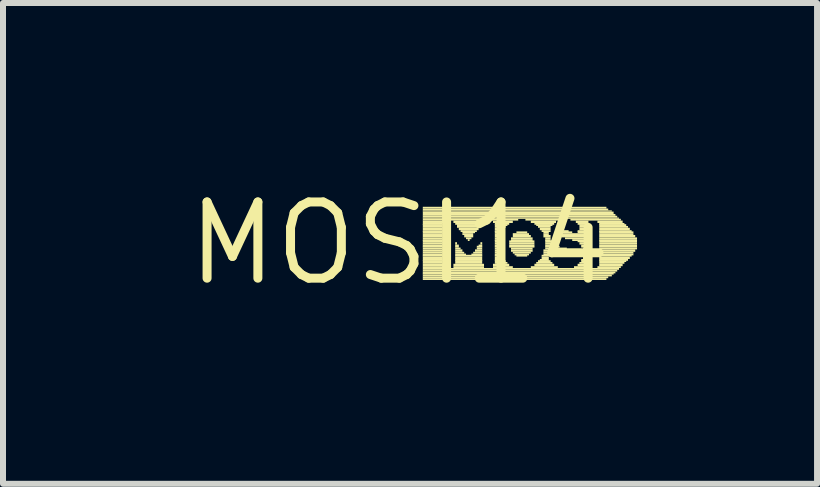
<source format=kicad_pcb>
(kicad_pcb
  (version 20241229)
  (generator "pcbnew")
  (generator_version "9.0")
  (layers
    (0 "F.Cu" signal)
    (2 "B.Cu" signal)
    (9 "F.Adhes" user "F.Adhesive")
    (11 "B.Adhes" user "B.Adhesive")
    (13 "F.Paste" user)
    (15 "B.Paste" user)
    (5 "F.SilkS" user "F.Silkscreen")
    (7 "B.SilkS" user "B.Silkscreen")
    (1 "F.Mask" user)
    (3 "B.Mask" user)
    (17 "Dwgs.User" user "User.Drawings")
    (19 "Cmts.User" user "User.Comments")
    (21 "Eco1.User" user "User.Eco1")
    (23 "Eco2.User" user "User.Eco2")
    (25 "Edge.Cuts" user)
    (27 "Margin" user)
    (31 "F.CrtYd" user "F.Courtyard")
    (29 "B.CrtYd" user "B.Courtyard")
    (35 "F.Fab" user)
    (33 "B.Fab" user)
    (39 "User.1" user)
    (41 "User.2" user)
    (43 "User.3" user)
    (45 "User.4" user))
  (footprint "MOSI14"
    (layer "F.Cu")
    (at 3.606 1.006)
    (property "Reference" "MOSI14" (at 0 0 0) (layer "F.SilkS") (effects (font (size 1.27 1.27) (thickness 0.15))))
    (attr through_hole)
    (fp_poly (pts (xy 0.39 -0.58) (xy 3.45 -0.58) (xy 3.45 -0.61) (xy 0.39 -0.61)) (stroke (width 0) (type solid)) (fill yes) (layer "F.SilkS"))
    (fp_poly (pts (xy 0.39 -0.55) (xy 3.48 -0.55) (xy 3.48 -0.58) (xy 0.39 -0.58)) (stroke (width 0) (type solid)) (fill yes) (layer "F.SilkS"))
    (fp_poly (pts (xy 0.39 -0.53) (xy 3.54 -0.53) (xy 3.54 -0.55) (xy 0.39 -0.55)) (stroke (width 0) (type solid)) (fill yes) (layer "F.SilkS"))
    (fp_poly (pts (xy 0.39 -0.49) (xy 3.57 -0.49) (xy 3.57 -0.53) (xy 0.39 -0.53)) (stroke (width 0) (type solid)) (fill yes) (layer "F.SilkS"))
    (fp_poly (pts (xy 0.39 -0.46) (xy 3.6 -0.46) (xy 3.6 -0.49) (xy 0.39 -0.49)) (stroke (width 0) (type solid)) (fill yes) (layer "F.SilkS"))
    (fp_poly (pts (xy 0.39 -0.43) (xy 3.63 -0.43) (xy 3.63 -0.46) (xy 0.39 -0.46)) (stroke (width 0) (type solid)) (fill yes) (layer "F.SilkS"))
    (fp_poly (pts (xy 0.39 -0.41) (xy 3.66 -0.41) (xy 3.66 -0.43) (xy 0.39 -0.43)) (stroke (width 0) (type solid)) (fill yes) (layer "F.SilkS"))
    (fp_poly (pts (xy 0.39 -0.38) (xy 1.98 -0.38) (xy 1.98 -0.41) (xy 0.39 -0.41)) (stroke (width 0) (type solid)) (fill yes) (layer "F.SilkS"))
    (fp_poly (pts (xy 0.39 -0.34) (xy 0.75 -0.34) (xy 0.75 -0.38) (xy 0.39 -0.38)) (stroke (width 0) (type solid)) (fill yes) (layer "F.SilkS"))
    (fp_poly (pts (xy 0.39 -0.31) (xy 0.72 -0.31) (xy 0.72 -0.34) (xy 0.39 -0.34)) (stroke (width 0) (type solid)) (fill yes) (layer "F.SilkS"))
    (fp_poly (pts (xy 0.39 -0.29) (xy 0.72 -0.29) (xy 0.72 -0.32) (xy 0.39 -0.32)) (stroke (width 0) (type solid)) (fill yes) (layer "F.SilkS"))
    (fp_poly (pts (xy 0.39 -0.26) (xy 0.72 -0.26) (xy 0.72 -0.29) (xy 0.39 -0.29)) (stroke (width 0) (type solid)) (fill yes) (layer "F.SilkS"))
    (fp_poly (pts (xy 0.39 -0.22) (xy 0.72 -0.22) (xy 0.72 -0.26) (xy 0.39 -0.26)) (stroke (width 0) (type solid)) (fill yes) (layer "F.SilkS"))
    (fp_poly (pts (xy 0.39 -0.19) (xy 0.72 -0.19) (xy 0.72 -0.22) (xy 0.39 -0.22)) (stroke (width 0) (type solid)) (fill yes) (layer "F.SilkS"))
    (fp_poly (pts (xy 0.39 -0.17) (xy 0.72 -0.17) (xy 0.72 -0.2) (xy 0.39 -0.2)) (stroke (width 0) (type solid)) (fill yes) (layer "F.SilkS"))
    (fp_poly (pts (xy 0.39 -0.14) (xy 0.72 -0.14) (xy 0.72 -0.17) (xy 0.39 -0.17)) (stroke (width 0) (type solid)) (fill yes) (layer "F.SilkS"))
    (fp_poly (pts (xy 0.39 -0.1) (xy 0.72 -0.1) (xy 0.72 -0.14) (xy 0.39 -0.14)) (stroke (width 0) (type solid)) (fill yes) (layer "F.SilkS"))
    (fp_poly (pts (xy 0.39 -0.07) (xy 0.72 -0.07) (xy 0.72 -0.1) (xy 0.39 -0.1)) (stroke (width 0) (type solid)) (fill yes) (layer "F.SilkS"))
    (fp_poly (pts (xy 0.39 -0.04) (xy 0.72 -0.04) (xy 0.72 -0.07) (xy 0.39 -0.07)) (stroke (width 0) (type solid)) (fill yes) (layer "F.SilkS"))
    (fp_poly (pts (xy 0.39 -0.02) (xy 0.72 -0.02) (xy 0.72 -0.05) (xy 0.39 -0.05)) (stroke (width 0) (type solid)) (fill yes) (layer "F.SilkS"))
    (fp_poly (pts (xy 0.39 0.02) (xy 0.72 0.02) (xy 0.72 -0.02) (xy 0.39 -0.02)) (stroke (width 0) (type solid)) (fill yes) (layer "F.SilkS"))
    (fp_poly (pts (xy 0.39 0.05) (xy 0.72 0.05) (xy 0.72 0.02) (xy 0.39 0.02)) (stroke (width 0) (type solid)) (fill yes) (layer "F.SilkS"))
    (fp_poly (pts (xy 0.39 0.07) (xy 0.72 0.07) (xy 0.72 0.04) (xy 0.39 0.04)) (stroke (width 0) (type solid)) (fill yes) (layer "F.SilkS"))
    (fp_poly (pts (xy 0.39 0.1) (xy 0.72 0.1) (xy 0.72 0.07) (xy 0.39 0.07)) (stroke (width 0) (type solid)) (fill yes) (layer "F.SilkS"))
    (fp_poly (pts (xy 0.39 0.14) (xy 0.72 0.14) (xy 0.72 0.1) (xy 0.39 0.1)) (stroke (width 0) (type solid)) (fill yes) (layer "F.SilkS"))
    (fp_poly (pts (xy 0.39 0.17) (xy 0.72 0.17) (xy 0.72 0.14) (xy 0.39 0.14)) (stroke (width 0) (type solid)) (fill yes) (layer "F.SilkS"))
    (fp_poly (pts (xy 0.39 0.2) (xy 0.72 0.2) (xy 0.72 0.17) (xy 0.39 0.17)) (stroke (width 0) (type solid)) (fill yes) (layer "F.SilkS"))
    (fp_poly (pts (xy 0.39 0.22) (xy 0.72 0.22) (xy 0.72 0.19) (xy 0.39 0.19)) (stroke (width 0) (type solid)) (fill yes) (layer "F.SilkS"))
    (fp_poly (pts (xy 0.39 0.26) (xy 0.72 0.26) (xy 0.72 0.22) (xy 0.39 0.22)) (stroke (width 0) (type solid)) (fill yes) (layer "F.SilkS"))
    (fp_poly (pts (xy 0.39 0.29) (xy 0.72 0.29) (xy 0.72 0.26) (xy 0.39 0.26)) (stroke (width 0) (type solid)) (fill yes) (layer "F.SilkS"))
    (fp_poly (pts (xy 0.39 0.31) (xy 0.72 0.31) (xy 0.72 0.28) (xy 0.39 0.28)) (stroke (width 0) (type solid)) (fill yes) (layer "F.SilkS"))
    (fp_poly (pts (xy 0.39 0.34) (xy 0.72 0.34) (xy 0.72 0.31) (xy 0.39 0.31)) (stroke (width 0) (type solid)) (fill yes) (layer "F.SilkS"))
    (fp_poly (pts (xy 0.39 0.38) (xy 0.75 0.38) (xy 0.75 0.34) (xy 0.39 0.34)) (stroke (width 0) (type solid)) (fill yes) (layer "F.SilkS"))
    (fp_poly (pts (xy 0.39 0.41) (xy 0.75 0.41) (xy 0.75 0.38) (xy 0.39 0.38)) (stroke (width 0) (type solid)) (fill yes) (layer "F.SilkS"))
    (fp_poly (pts (xy 0.39 0.44) (xy 3.66 0.44) (xy 3.66 0.41) (xy 0.39 0.41)) (stroke (width 0) (type solid)) (fill yes) (layer "F.SilkS"))
    (fp_poly (pts (xy 0.39 0.47) (xy 3.63 0.47) (xy 3.63 0.44) (xy 0.39 0.44)) (stroke (width 0) (type solid)) (fill yes) (layer "F.SilkS"))
    (fp_poly (pts (xy 0.39 0.5) (xy 3.6 0.5) (xy 3.6 0.47) (xy 0.39 0.47)) (stroke (width 0) (type solid)) (fill yes) (layer "F.SilkS"))
    (fp_poly (pts (xy 0.39 0.52) (xy 3.57 0.52) (xy 3.57 0.49) (xy 0.39 0.49)) (stroke (width 0) (type solid)) (fill yes) (layer "F.SilkS"))
    (fp_poly (pts (xy 0.39 0.55) (xy 3.54 0.55) (xy 3.54 0.52) (xy 0.39 0.52)) (stroke (width 0) (type solid)) (fill yes) (layer "F.SilkS"))
    (fp_poly (pts (xy 0.39 0.58) (xy 3.48 0.58) (xy 3.48 0.55) (xy 0.39 0.55)) (stroke (width 0) (type solid)) (fill yes) (layer "F.SilkS"))
    (fp_poly (pts (xy 0.39 0.61) (xy 3.45 0.61) (xy 3.45 0.58) (xy 0.39 0.58)) (stroke (width 0) (type solid)) (fill yes) (layer "F.SilkS"))
    (fp_poly (pts (xy 0.9 -0.34) (xy 1.41 -0.34) (xy 1.41 -0.38) (xy 0.9 -0.38)) (stroke (width 0) (type solid)) (fill yes) (layer "F.SilkS"))
    (fp_poly (pts (xy 0.9 0.38) (xy 1.41 0.38) (xy 1.41 0.34) (xy 0.9 0.34)) (stroke (width 0) (type solid)) (fill yes) (layer "F.SilkS"))
    (fp_poly (pts (xy 0.9 0.41) (xy 1.41 0.41) (xy 1.41 0.38) (xy 0.9 0.38)) (stroke (width 0) (type solid)) (fill yes) (layer "F.SilkS"))
    (fp_poly (pts (xy 0.93 -0.31) (xy 1.38 -0.31) (xy 1.38 -0.34) (xy 0.93 -0.34)) (stroke (width 0) (type solid)) (fill yes) (layer "F.SilkS"))
    (fp_poly (pts (xy 0.93 0.02) (xy 0.96 0.02) (xy 0.96 -0.02) (xy 0.93 -0.02)) (stroke (width 0) (type solid)) (fill yes) (layer "F.SilkS"))
    (fp_poly (pts (xy 0.93 0.05) (xy 0.99 0.05) (xy 0.99 0.02) (xy 0.93 0.02)) (stroke (width 0) (type solid)) (fill yes) (layer "F.SilkS"))
    (fp_poly (pts (xy 0.93 0.07) (xy 0.99 0.07) (xy 0.99 0.04) (xy 0.93 0.04)) (stroke (width 0) (type solid)) (fill yes) (layer "F.SilkS"))
    (fp_poly (pts (xy 0.93 0.1) (xy 1.02 0.1) (xy 1.02 0.07) (xy 0.93 0.07)) (stroke (width 0) (type solid)) (fill yes) (layer "F.SilkS"))
    (fp_poly (pts (xy 0.93 0.14) (xy 1.05 0.14) (xy 1.05 0.1) (xy 0.93 0.1)) (stroke (width 0) (type solid)) (fill yes) (layer "F.SilkS"))
    (fp_poly (pts (xy 0.93 0.17) (xy 1.08 0.17) (xy 1.08 0.14) (xy 0.93 0.14)) (stroke (width 0) (type solid)) (fill yes) (layer "F.SilkS"))
    (fp_poly (pts (xy 0.93 0.2) (xy 1.11 0.2) (xy 1.11 0.17) (xy 0.93 0.17)) (stroke (width 0) (type solid)) (fill yes) (layer "F.SilkS"))
    (fp_poly (pts (xy 0.93 0.22) (xy 1.38 0.22) (xy 1.38 0.19) (xy 0.93 0.19)) (stroke (width 0) (type solid)) (fill yes) (layer "F.SilkS"))
    (fp_poly (pts (xy 0.93 0.26) (xy 1.38 0.26) (xy 1.38 0.22) (xy 0.93 0.22)) (stroke (width 0) (type solid)) (fill yes) (layer "F.SilkS"))
    (fp_poly (pts (xy 0.93 0.29) (xy 1.38 0.29) (xy 1.38 0.26) (xy 0.93 0.26)) (stroke (width 0) (type solid)) (fill yes) (layer "F.SilkS"))
    (fp_poly (pts (xy 0.93 0.31) (xy 1.38 0.31) (xy 1.38 0.28) (xy 0.93 0.28)) (stroke (width 0) (type solid)) (fill yes) (layer "F.SilkS"))
    (fp_poly (pts (xy 0.93 0.34) (xy 1.38 0.34) (xy 1.38 0.31) (xy 0.93 0.31)) (stroke (width 0) (type solid)) (fill yes) (layer "F.SilkS"))
    (fp_poly (pts (xy 0.96 -0.29) (xy 1.35 -0.29) (xy 1.35 -0.32) (xy 0.96 -0.32)) (stroke (width 0) (type solid)) (fill yes) (layer "F.SilkS"))
    (fp_poly (pts (xy 0.96 -0.26) (xy 1.32 -0.26) (xy 1.32 -0.29) (xy 0.96 -0.29)) (stroke (width 0) (type solid)) (fill yes) (layer "F.SilkS"))
    (fp_poly (pts (xy 0.99 -0.22) (xy 1.32 -0.22) (xy 1.32 -0.26) (xy 0.99 -0.26)) (stroke (width 0) (type solid)) (fill yes) (layer "F.SilkS"))
    (fp_poly (pts (xy 1.02 -0.19) (xy 1.29 -0.19) (xy 1.29 -0.22) (xy 1.02 -0.22)) (stroke (width 0) (type solid)) (fill yes) (layer "F.SilkS"))
    (fp_poly (pts (xy 1.05 -0.17) (xy 1.26 -0.17) (xy 1.26 -0.2) (xy 1.05 -0.2)) (stroke (width 0) (type solid)) (fill yes) (layer "F.SilkS"))
    (fp_poly (pts (xy 1.05 -0.14) (xy 1.23 -0.14) (xy 1.23 -0.17) (xy 1.05 -0.17)) (stroke (width 0) (type solid)) (fill yes) (layer "F.SilkS"))
    (fp_poly (pts (xy 1.08 -0.1) (xy 1.23 -0.1) (xy 1.23 -0.14) (xy 1.08 -0.14)) (stroke (width 0) (type solid)) (fill yes) (layer "F.SilkS"))
    (fp_poly (pts (xy 1.11 -0.07) (xy 1.2 -0.07) (xy 1.2 -0.1) (xy 1.11 -0.1)) (stroke (width 0) (type solid)) (fill yes) (layer "F.SilkS"))
    (fp_poly (pts (xy 1.14 -0.04) (xy 1.17 -0.04) (xy 1.17 -0.07) (xy 1.14 -0.07)) (stroke (width 0) (type solid)) (fill yes) (layer "F.SilkS"))
    (fp_poly (pts (xy 1.2 0.2) (xy 1.38 0.2) (xy 1.38 0.17) (xy 1.2 0.17)) (stroke (width 0) (type solid)) (fill yes) (layer "F.SilkS"))
    (fp_poly (pts (xy 1.23 0.17) (xy 1.38 0.17) (xy 1.38 0.14) (xy 1.23 0.14)) (stroke (width 0) (type solid)) (fill yes) (layer "F.SilkS"))
    (fp_poly (pts (xy 1.26 0.14) (xy 1.38 0.14) (xy 1.38 0.1) (xy 1.26 0.1)) (stroke (width 0) (type solid)) (fill yes) (layer "F.SilkS"))
    (fp_poly (pts (xy 1.29 0.07) (xy 1.38 0.07) (xy 1.38 0.04) (xy 1.29 0.04)) (stroke (width 0) (type solid)) (fill yes) (layer "F.SilkS"))
    (fp_poly (pts (xy 1.29 0.1) (xy 1.38 0.1) (xy 1.38 0.07) (xy 1.29 0.07)) (stroke (width 0) (type solid)) (fill yes) (layer "F.SilkS"))
    (fp_poly (pts (xy 1.32 0.05) (xy 1.38 0.05) (xy 1.38 0.02) (xy 1.32 0.02)) (stroke (width 0) (type solid)) (fill yes) (layer "F.SilkS"))
    (fp_poly (pts (xy 1.35 0.02) (xy 1.38 0.02) (xy 1.38 -0.02) (xy 1.35 -0.02)) (stroke (width 0) (type solid)) (fill yes) (layer "F.SilkS"))
    (fp_poly (pts (xy 1.56 -0.34) (xy 1.89 -0.34) (xy 1.89 -0.38) (xy 1.56 -0.38)) (stroke (width 0) (type solid)) (fill yes) (layer "F.SilkS"))
    (fp_poly (pts (xy 1.56 0.38) (xy 1.83 0.38) (xy 1.83 0.34) (xy 1.56 0.34)) (stroke (width 0) (type solid)) (fill yes) (layer "F.SilkS"))
    (fp_poly (pts (xy 1.56 0.41) (xy 1.89 0.41) (xy 1.89 0.38) (xy 1.56 0.38)) (stroke (width 0) (type solid)) (fill yes) (layer "F.SilkS"))
    (fp_poly (pts (xy 1.59 -0.31) (xy 1.83 -0.31) (xy 1.83 -0.34) (xy 1.59 -0.34)) (stroke (width 0) (type solid)) (fill yes) (layer "F.SilkS"))
    (fp_poly (pts (xy 1.59 -0.29) (xy 1.8 -0.29) (xy 1.8 -0.32) (xy 1.59 -0.32)) (stroke (width 0) (type solid)) (fill yes) (layer "F.SilkS"))
    (fp_poly (pts (xy 1.59 -0.26) (xy 1.77 -0.26) (xy 1.77 -0.29) (xy 1.59 -0.29)) (stroke (width 0) (type solid)) (fill yes) (layer "F.SilkS"))
    (fp_poly (pts (xy 1.59 -0.22) (xy 1.74 -0.22) (xy 1.74 -0.26) (xy 1.59 -0.26)) (stroke (width 0) (type solid)) (fill yes) (layer "F.SilkS"))
    (fp_poly (pts (xy 1.59 -0.19) (xy 1.71 -0.19) (xy 1.71 -0.22) (xy 1.59 -0.22)) (stroke (width 0) (type solid)) (fill yes) (layer "F.SilkS"))
    (fp_poly (pts (xy 1.59 -0.17) (xy 1.68 -0.17) (xy 1.68 -0.2) (xy 1.59 -0.2)) (stroke (width 0) (type solid)) (fill yes) (layer "F.SilkS"))
    (fp_poly (pts (xy 1.59 -0.14) (xy 1.68 -0.14) (xy 1.68 -0.17) (xy 1.59 -0.17)) (stroke (width 0) (type solid)) (fill yes) (layer "F.SilkS"))
    (fp_poly (pts (xy 1.59 -0.1) (xy 1.68 -0.1) (xy 1.68 -0.14) (xy 1.59 -0.14)) (stroke (width 0) (type solid)) (fill yes) (layer "F.SilkS"))
    (fp_poly (pts (xy 1.59 -0.07) (xy 1.65 -0.07) (xy 1.65 -0.1) (xy 1.59 -0.1)) (stroke (width 0) (type solid)) (fill yes) (layer "F.SilkS"))
    (fp_poly (pts (xy 1.59 -0.04) (xy 1.65 -0.04) (xy 1.65 -0.07) (xy 1.59 -0.07)) (stroke (width 0) (type solid)) (fill yes) (layer "F.SilkS"))
    (fp_poly (pts (xy 1.59 -0.02) (xy 1.65 -0.02) (xy 1.65 -0.05) (xy 1.59 -0.05)) (stroke (width 0) (type solid)) (fill yes) (layer "F.SilkS"))
    (fp_poly (pts (xy 1.59 0.02) (xy 1.65 0.02) (xy 1.65 -0.02) (xy 1.59 -0.02)) (stroke (width 0) (type solid)) (fill yes) (layer "F.SilkS"))
    (fp_poly (pts (xy 1.59 0.05) (xy 1.65 0.05) (xy 1.65 0.02) (xy 1.59 0.02)) (stroke (width 0) (type solid)) (fill yes) (layer "F.SilkS"))
    (fp_poly (pts (xy 1.59 0.07) (xy 1.65 0.07) (xy 1.65 0.04) (xy 1.59 0.04)) (stroke (width 0) (type solid)) (fill yes) (layer "F.SilkS"))
    (fp_poly (pts (xy 1.59 0.1) (xy 1.65 0.1) (xy 1.65 0.07) (xy 1.59 0.07)) (stroke (width 0) (type solid)) (fill yes) (layer "F.SilkS"))
    (fp_poly (pts (xy 1.59 0.14) (xy 1.65 0.14) (xy 1.65 0.1) (xy 1.59 0.1)) (stroke (width 0) (type solid)) (fill yes) (layer "F.SilkS"))
    (fp_poly (pts (xy 1.59 0.17) (xy 1.68 0.17) (xy 1.68 0.14) (xy 1.59 0.14)) (stroke (width 0) (type solid)) (fill yes) (layer "F.SilkS"))
    (fp_poly (pts (xy 1.59 0.2) (xy 1.68 0.2) (xy 1.68 0.17) (xy 1.59 0.17)) (stroke (width 0) (type solid)) (fill yes) (layer "F.SilkS"))
    (fp_poly (pts (xy 1.59 0.22) (xy 1.71 0.22) (xy 1.71 0.19) (xy 1.59 0.19)) (stroke (width 0) (type solid)) (fill yes) (layer "F.SilkS"))
    (fp_poly (pts (xy 1.59 0.26) (xy 1.71 0.26) (xy 1.71 0.22) (xy 1.59 0.22)) (stroke (width 0) (type solid)) (fill yes) (layer "F.SilkS"))
    (fp_poly (pts (xy 1.59 0.29) (xy 1.74 0.29) (xy 1.74 0.26) (xy 1.59 0.26)) (stroke (width 0) (type solid)) (fill yes) (layer "F.SilkS"))
    (fp_poly (pts (xy 1.59 0.31) (xy 1.77 0.31) (xy 1.77 0.28) (xy 1.59 0.28)) (stroke (width 0) (type solid)) (fill yes) (layer "F.SilkS"))
    (fp_poly (pts (xy 1.59 0.34) (xy 1.8 0.34) (xy 1.8 0.31) (xy 1.59 0.31)) (stroke (width 0) (type solid)) (fill yes) (layer "F.SilkS"))
    (fp_poly (pts (xy 1.83 -0.02) (xy 2.25 -0.02) (xy 2.25 -0.05) (xy 1.83 -0.05)) (stroke (width 0) (type solid)) (fill yes) (layer "F.SilkS"))
    (fp_poly (pts (xy 1.83 0.02) (xy 2.25 0.02) (xy 2.25 -0.02) (xy 1.83 -0.02)) (stroke (width 0) (type solid)) (fill yes) (layer "F.SilkS"))
    (fp_poly (pts (xy 1.83 0.05) (xy 2.25 0.05) (xy 2.25 0.02) (xy 1.83 0.02)) (stroke (width 0) (type solid)) (fill yes) (layer "F.SilkS"))
    (fp_poly (pts (xy 1.83 0.07) (xy 2.25 0.07) (xy 2.25 0.04) (xy 1.83 0.04)) (stroke (width 0) (type solid)) (fill yes) (layer "F.SilkS"))
    (fp_poly (pts (xy 1.86 -0.07) (xy 2.22 -0.07) (xy 2.22 -0.1) (xy 1.86 -0.1)) (stroke (width 0) (type solid)) (fill yes) (layer "F.SilkS"))
    (fp_poly (pts (xy 1.86 -0.04) (xy 2.22 -0.04) (xy 2.22 -0.07) (xy 1.86 -0.07)) (stroke (width 0) (type solid)) (fill yes) (layer "F.SilkS"))
    (fp_poly (pts (xy 1.86 0.1) (xy 2.22 0.1) (xy 2.22 0.07) (xy 1.86 0.07)) (stroke (width 0) (type solid)) (fill yes) (layer "F.SilkS"))
    (fp_poly (pts (xy 1.86 0.14) (xy 2.22 0.14) (xy 2.22 0.1) (xy 1.86 0.1)) (stroke (width 0) (type solid)) (fill yes) (layer "F.SilkS"))
    (fp_poly (pts (xy 1.89 -0.14) (xy 2.16 -0.14) (xy 2.16 -0.17) (xy 1.89 -0.17)) (stroke (width 0) (type solid)) (fill yes) (layer "F.SilkS"))
    (fp_poly (pts (xy 1.89 -0.1) (xy 2.19 -0.1) (xy 2.19 -0.14) (xy 1.89 -0.14)) (stroke (width 0) (type solid)) (fill yes) (layer "F.SilkS"))
    (fp_poly (pts (xy 1.89 0.17) (xy 2.19 0.17) (xy 2.19 0.14) (xy 1.89 0.14)) (stroke (width 0) (type solid)) (fill yes) (layer "F.SilkS"))
    (fp_poly (pts (xy 1.92 0.2) (xy 2.16 0.2) (xy 2.16 0.17) (xy 1.92 0.17)) (stroke (width 0) (type solid)) (fill yes) (layer "F.SilkS"))
    (fp_poly (pts (xy 1.95 -0.17) (xy 2.13 -0.17) (xy 2.13 -0.2) (xy 1.95 -0.2)) (stroke (width 0) (type solid)) (fill yes) (layer "F.SilkS"))
    (fp_poly (pts (xy 1.95 0.22) (xy 2.13 0.22) (xy 2.13 0.19) (xy 1.95 0.19)) (stroke (width 0) (type solid)) (fill yes) (layer "F.SilkS"))
    (fp_poly (pts (xy 2.1 -0.38) (xy 2.7 -0.38) (xy 2.7 -0.41) (xy 2.1 -0.41)) (stroke (width 0) (type solid)) (fill yes) (layer "F.SilkS"))
    (fp_poly (pts (xy 2.19 -0.34) (xy 2.61 -0.34) (xy 2.61 -0.38) (xy 2.19 -0.38)) (stroke (width 0) (type solid)) (fill yes) (layer "F.SilkS"))
    (fp_poly (pts (xy 2.19 0.41) (xy 2.64 0.41) (xy 2.64 0.38) (xy 2.19 0.38)) (stroke (width 0) (type solid)) (fill yes) (layer "F.SilkS"))
    (fp_poly (pts (xy 2.25 -0.31) (xy 2.58 -0.31) (xy 2.58 -0.34) (xy 2.25 -0.34)) (stroke (width 0) (type solid)) (fill yes) (layer "F.SilkS"))
    (fp_poly (pts (xy 2.25 0.38) (xy 2.58 0.38) (xy 2.58 0.34) (xy 2.25 0.34)) (stroke (width 0) (type solid)) (fill yes) (layer "F.SilkS"))
    (fp_poly (pts (xy 2.28 -0.29) (xy 2.55 -0.29) (xy 2.55 -0.32) (xy 2.28 -0.32)) (stroke (width 0) (type solid)) (fill yes) (layer "F.SilkS"))
    (fp_poly (pts (xy 2.28 0.34) (xy 2.55 0.34) (xy 2.55 0.31) (xy 2.28 0.31)) (stroke (width 0) (type solid)) (fill yes) (layer "F.SilkS"))
    (fp_poly (pts (xy 2.31 -0.26) (xy 2.52 -0.26) (xy 2.52 -0.29) (xy 2.31 -0.29)) (stroke (width 0) (type solid)) (fill yes) (layer "F.SilkS"))
    (fp_poly (pts (xy 2.31 0.31) (xy 2.52 0.31) (xy 2.52 0.28) (xy 2.31 0.28)) (stroke (width 0) (type solid)) (fill yes) (layer "F.SilkS"))
    (fp_poly (pts (xy 2.34 -0.22) (xy 2.52 -0.22) (xy 2.52 -0.26) (xy 2.34 -0.26)) (stroke (width 0) (type solid)) (fill yes) (layer "F.SilkS"))
    (fp_poly (pts (xy 2.34 0.29) (xy 2.49 0.29) (xy 2.49 0.26) (xy 2.34 0.26)) (stroke (width 0) (type solid)) (fill yes) (layer "F.SilkS"))
    (fp_poly (pts (xy 2.37 -0.19) (xy 2.52 -0.19) (xy 2.52 -0.22) (xy 2.37 -0.22)) (stroke (width 0) (type solid)) (fill yes) (layer "F.SilkS"))
    (fp_poly (pts (xy 2.37 0.22) (xy 2.49 0.22) (xy 2.49 0.19) (xy 2.37 0.19)) (stroke (width 0) (type solid)) (fill yes) (layer "F.SilkS"))
    (fp_poly (pts (xy 2.37 0.26) (xy 2.49 0.26) (xy 2.49 0.22) (xy 2.37 0.22)) (stroke (width 0) (type solid)) (fill yes) (layer "F.SilkS"))
    (fp_poly (pts (xy 2.4 -0.17) (xy 2.49 -0.17) (xy 2.49 -0.2) (xy 2.4 -0.2)) (stroke (width 0) (type solid)) (fill yes) (layer "F.SilkS"))
    (fp_poly (pts (xy 2.4 -0.14) (xy 2.49 -0.14) (xy 2.49 -0.17) (xy 2.4 -0.17)) (stroke (width 0) (type solid)) (fill yes) (layer "F.SilkS"))
    (fp_poly (pts (xy 2.4 -0.1) (xy 2.52 -0.1) (xy 2.52 -0.14) (xy 2.4 -0.14)) (stroke (width 0) (type solid)) (fill yes) (layer "F.SilkS"))
    (fp_poly (pts (xy 2.4 0.14) (xy 2.85 0.14) (xy 2.85 0.1) (xy 2.4 0.1)) (stroke (width 0) (type solid)) (fill yes) (layer "F.SilkS"))
    (fp_poly (pts (xy 2.4 0.17) (xy 2.55 0.17) (xy 2.55 0.14) (xy 2.4 0.14)) (stroke (width 0) (type solid)) (fill yes) (layer "F.SilkS"))
    (fp_poly (pts (xy 2.4 0.2) (xy 2.52 0.2) (xy 2.52 0.17) (xy 2.4 0.17)) (stroke (width 0) (type solid)) (fill yes) (layer "F.SilkS"))
    (fp_poly (pts (xy 2.43 -0.07) (xy 2.52 -0.07) (xy 2.52 -0.1) (xy 2.43 -0.1)) (stroke (width 0) (type solid)) (fill yes) (layer "F.SilkS"))
    (fp_poly (pts (xy 2.43 -0.04) (xy 2.52 -0.04) (xy 2.52 -0.07) (xy 2.43 -0.07)) (stroke (width 0) (type solid)) (fill yes) (layer "F.SilkS"))
    (fp_poly (pts (xy 2.43 -0.02) (xy 2.55 -0.02) (xy 2.55 -0.05) (xy 2.43 -0.05)) (stroke (width 0) (type solid)) (fill yes) (layer "F.SilkS"))
    (fp_poly (pts (xy 2.43 0.02) (xy 2.55 0.02) (xy 2.55 -0.02) (xy 2.43 -0.02)) (stroke (width 0) (type solid)) (fill yes) (layer "F.SilkS"))
    (fp_poly (pts (xy 2.43 0.05) (xy 2.61 0.05) (xy 2.61 0.02) (xy 2.43 0.02)) (stroke (width 0) (type solid)) (fill yes) (layer "F.SilkS"))
    (fp_poly (pts (xy 2.43 0.07) (xy 2.67 0.07) (xy 2.67 0.04) (xy 2.43 0.04)) (stroke (width 0) (type solid)) (fill yes) (layer "F.SilkS"))
    (fp_poly (pts (xy 2.43 0.1) (xy 2.79 0.1) (xy 2.79 0.07) (xy 2.43 0.07)) (stroke (width 0) (type solid)) (fill yes) (layer "F.SilkS"))
    (fp_poly (pts (xy 2.64 0.17) (xy 2.88 0.17) (xy 2.88 0.14) (xy 2.64 0.14)) (stroke (width 0) (type solid)) (fill yes) (layer "F.SilkS"))
    (fp_poly (pts (xy 2.67 0.2) (xy 2.88 0.2) (xy 2.88 0.17) (xy 2.67 0.17)) (stroke (width 0) (type solid)) (fill yes) (layer "F.SilkS"))
    (fp_poly (pts (xy 2.7 -0.17) (xy 2.88 -0.17) (xy 2.88 -0.2) (xy 2.7 -0.2)) (stroke (width 0) (type solid)) (fill yes) (layer "F.SilkS"))
    (fp_poly (pts (xy 2.7 -0.14) (xy 3.15 -0.14) (xy 3.15 -0.17) (xy 2.7 -0.17)) (stroke (width 0) (type solid)) (fill yes) (layer "F.SilkS"))
    (fp_poly (pts (xy 2.7 -0.1) (xy 3.15 -0.1) (xy 3.15 -0.14) (xy 2.7 -0.14)) (stroke (width 0) (type solid)) (fill yes) (layer "F.SilkS"))
    (fp_poly (pts (xy 2.7 0.22) (xy 2.85 0.22) (xy 2.85 0.19) (xy 2.7 0.19)) (stroke (width 0) (type solid)) (fill yes) (layer "F.SilkS"))
    (fp_poly (pts (xy 2.73 -0.19) (xy 2.82 -0.19) (xy 2.82 -0.22) (xy 2.73 -0.22)) (stroke (width 0) (type solid)) (fill yes) (layer "F.SilkS"))
    (fp_poly (pts (xy 2.76 -0.07) (xy 3.15 -0.07) (xy 3.15 -0.1) (xy 2.76 -0.1)) (stroke (width 0) (type solid)) (fill yes) (layer "F.SilkS"))
    (fp_poly (pts (xy 2.85 -0.38) (xy 3.69 -0.38) (xy 3.69 -0.41) (xy 2.85 -0.41)) (stroke (width 0) (type solid)) (fill yes) (layer "F.SilkS"))
    (fp_poly (pts (xy 2.88 -0.04) (xy 3.15 -0.04) (xy 3.15 -0.07) (xy 2.88 -0.07)) (stroke (width 0) (type solid)) (fill yes) (layer "F.SilkS"))
    (fp_poly (pts (xy 2.91 0.41) (xy 3.15 0.41) (xy 3.15 0.38) (xy 2.91 0.38)) (stroke (width 0) (type solid)) (fill yes) (layer "F.SilkS"))
    (fp_poly (pts (xy 2.94 -0.34) (xy 3.15 -0.34) (xy 3.15 -0.38) (xy 2.94 -0.38)) (stroke (width 0) (type solid)) (fill yes) (layer "F.SilkS"))
    (fp_poly (pts (xy 2.97 -0.31) (xy 3.15 -0.31) (xy 3.15 -0.34) (xy 2.97 -0.34)) (stroke (width 0) (type solid)) (fill yes) (layer "F.SilkS"))
    (fp_poly (pts (xy 2.97 -0.19) (xy 3.15 -0.19) (xy 3.15 -0.22) (xy 2.97 -0.22)) (stroke (width 0) (type solid)) (fill yes) (layer "F.SilkS"))
    (fp_poly (pts (xy 2.97 -0.17) (xy 3.15 -0.17) (xy 3.15 -0.2) (xy 2.97 -0.2)) (stroke (width 0) (type solid)) (fill yes) (layer "F.SilkS"))
    (fp_poly (pts (xy 2.97 -0.02) (xy 3.15 -0.02) (xy 3.15 -0.05) (xy 2.97 -0.05)) (stroke (width 0) (type solid)) (fill yes) (layer "F.SilkS"))
    (fp_poly (pts (xy 2.97 0.38) (xy 3.15 0.38) (xy 3.15 0.34) (xy 2.97 0.34)) (stroke (width 0) (type solid)) (fill yes) (layer "F.SilkS"))
    (fp_poly (pts (xy 3 -0.29) (xy 3.15 -0.29) (xy 3.15 -0.32) (xy 3 -0.32)) (stroke (width 0) (type solid)) (fill yes) (layer "F.SilkS"))
    (fp_poly (pts (xy 3 -0.26) (xy 3.15 -0.26) (xy 3.15 -0.29) (xy 3 -0.29)) (stroke (width 0) (type solid)) (fill yes) (layer "F.SilkS"))
    (fp_poly (pts (xy 3 -0.22) (xy 3.15 -0.22) (xy 3.15 -0.26) (xy 3 -0.26)) (stroke (width 0) (type solid)) (fill yes) (layer "F.SilkS"))
    (fp_poly (pts (xy 3 0.02) (xy 3.15 0.02) (xy 3.15 -0.02) (xy 3 -0.02)) (stroke (width 0) (type solid)) (fill yes) (layer "F.SilkS"))
    (fp_poly (pts (xy 3 0.34) (xy 3.15 0.34) (xy 3.15 0.31) (xy 3 0.31)) (stroke (width 0) (type solid)) (fill yes) (layer "F.SilkS"))
    (fp_poly (pts (xy 3.03 0.05) (xy 3.15 0.05) (xy 3.15 0.02) (xy 3.03 0.02)) (stroke (width 0) (type solid)) (fill yes) (layer "F.SilkS"))
    (fp_poly (pts (xy 3.03 0.07) (xy 3.15 0.07) (xy 3.15 0.04) (xy 3.03 0.04)) (stroke (width 0) (type solid)) (fill yes) (layer "F.SilkS"))
    (fp_poly (pts (xy 3.03 0.29) (xy 3.15 0.29) (xy 3.15 0.26) (xy 3.03 0.26)) (stroke (width 0) (type solid)) (fill yes) (layer "F.SilkS"))
    (fp_poly (pts (xy 3.03 0.31) (xy 3.15 0.31) (xy 3.15 0.28) (xy 3.03 0.28)) (stroke (width 0) (type solid)) (fill yes) (layer "F.SilkS"))
    (fp_poly (pts (xy 3.06 0.1) (xy 3.15 0.1) (xy 3.15 0.07) (xy 3.06 0.07)) (stroke (width 0) (type solid)) (fill yes) (layer "F.SilkS"))
    (fp_poly (pts (xy 3.06 0.14) (xy 3.15 0.14) (xy 3.15 0.1) (xy 3.06 0.1)) (stroke (width 0) (type solid)) (fill yes) (layer "F.SilkS"))
    (fp_poly (pts (xy 3.06 0.17) (xy 3.15 0.17) (xy 3.15 0.14) (xy 3.06 0.14)) (stroke (width 0) (type solid)) (fill yes) (layer "F.SilkS"))
    (fp_poly (pts (xy 3.06 0.2) (xy 3.15 0.2) (xy 3.15 0.17) (xy 3.06 0.17)) (stroke (width 0) (type solid)) (fill yes) (layer "F.SilkS"))
    (fp_poly (pts (xy 3.06 0.22) (xy 3.15 0.22) (xy 3.15 0.19) (xy 3.06 0.19)) (stroke (width 0) (type solid)) (fill yes) (layer "F.SilkS"))
    (fp_poly (pts (xy 3.06 0.26) (xy 3.15 0.26) (xy 3.15 0.22) (xy 3.06 0.22)) (stroke (width 0) (type solid)) (fill yes) (layer "F.SilkS"))
    (fp_poly (pts (xy 3.3 -0.34) (xy 3.72 -0.34) (xy 3.72 -0.38) (xy 3.3 -0.38)) (stroke (width 0) (type solid)) (fill yes) (layer "F.SilkS"))
    (fp_poly (pts (xy 3.3 0.41) (xy 3.69 0.41) (xy 3.69 0.38) (xy 3.3 0.38)) (stroke (width 0) (type solid)) (fill yes) (layer "F.SilkS"))
    (fp_poly (pts (xy 3.33 -0.31) (xy 3.75 -0.31) (xy 3.75 -0.34) (xy 3.33 -0.34)) (stroke (width 0) (type solid)) (fill yes) (layer "F.SilkS"))
    (fp_poly (pts (xy 3.33 -0.29) (xy 3.78 -0.29) (xy 3.78 -0.32) (xy 3.33 -0.32)) (stroke (width 0) (type solid)) (fill yes) (layer "F.SilkS"))
    (fp_poly (pts (xy 3.33 -0.26) (xy 3.81 -0.26) (xy 3.81 -0.29) (xy 3.33 -0.29)) (stroke (width 0) (type solid)) (fill yes) (layer "F.SilkS"))
    (fp_poly (pts (xy 3.33 -0.22) (xy 3.84 -0.22) (xy 3.84 -0.26) (xy 3.33 -0.26)) (stroke (width 0) (type solid)) (fill yes) (layer "F.SilkS"))
    (fp_poly (pts (xy 3.33 -0.19) (xy 3.87 -0.19) (xy 3.87 -0.22) (xy 3.33 -0.22)) (stroke (width 0) (type solid)) (fill yes) (layer "F.SilkS"))
    (fp_poly (pts (xy 3.33 -0.17) (xy 3.9 -0.17) (xy 3.9 -0.2) (xy 3.33 -0.2)) (stroke (width 0) (type solid)) (fill yes) (layer "F.SilkS"))
    (fp_poly (pts (xy 3.33 -0.14) (xy 3.9 -0.14) (xy 3.9 -0.17) (xy 3.33 -0.17)) (stroke (width 0) (type solid)) (fill yes) (layer "F.SilkS"))
    (fp_poly (pts (xy 3.33 -0.1) (xy 3.93 -0.1) (xy 3.93 -0.14) (xy 3.33 -0.14)) (stroke (width 0) (type solid)) (fill yes) (layer "F.SilkS"))
    (fp_poly (pts (xy 3.33 -0.07) (xy 3.96 -0.07) (xy 3.96 -0.1) (xy 3.33 -0.1)) (stroke (width 0) (type solid)) (fill yes) (layer "F.SilkS"))
    (fp_poly (pts (xy 3.33 -0.04) (xy 3.96 -0.04) (xy 3.96 -0.07) (xy 3.33 -0.07)) (stroke (width 0) (type solid)) (fill yes) (layer "F.SilkS"))
    (fp_poly (pts (xy 3.33 -0.02) (xy 3.96 -0.02) (xy 3.96 -0.05) (xy 3.33 -0.05)) (stroke (width 0) (type solid)) (fill yes) (layer "F.SilkS"))
    (fp_poly (pts (xy 3.33 0.02) (xy 3.96 0.02) (xy 3.96 -0.02) (xy 3.33 -0.02)) (stroke (width 0) (type solid)) (fill yes) (layer "F.SilkS"))
    (fp_poly (pts (xy 3.33 0.05) (xy 3.96 0.05) (xy 3.96 0.02) (xy 3.33 0.02)) (stroke (width 0) (type solid)) (fill yes) (layer "F.SilkS"))
    (fp_poly (pts (xy 3.33 0.07) (xy 3.96 0.07) (xy 3.96 0.04) (xy 3.33 0.04)) (stroke (width 0) (type solid)) (fill yes) (layer "F.SilkS"))
    (fp_poly (pts (xy 3.33 0.1) (xy 3.96 0.1) (xy 3.96 0.07) (xy 3.33 0.07)) (stroke (width 0) (type solid)) (fill yes) (layer "F.SilkS"))
    (fp_poly (pts (xy 3.33 0.14) (xy 3.93 0.14) (xy 3.93 0.1) (xy 3.33 0.1)) (stroke (width 0) (type solid)) (fill yes) (layer "F.SilkS"))
    (fp_poly (pts (xy 3.33 0.17) (xy 3.9 0.17) (xy 3.9 0.14) (xy 3.33 0.14)) (stroke (width 0) (type solid)) (fill yes) (layer "F.SilkS"))
    (fp_poly (pts (xy 3.33 0.2) (xy 3.9 0.2) (xy 3.9 0.17) (xy 3.33 0.17)) (stroke (width 0) (type solid)) (fill yes) (layer "F.SilkS"))
    (fp_poly (pts (xy 3.33 0.22) (xy 3.87 0.22) (xy 3.87 0.19) (xy 3.33 0.19)) (stroke (width 0) (type solid)) (fill yes) (layer "F.SilkS"))
    (fp_poly (pts (xy 3.33 0.26) (xy 3.84 0.26) (xy 3.84 0.22) (xy 3.33 0.22)) (stroke (width 0) (type solid)) (fill yes) (layer "F.SilkS"))
    (fp_poly (pts (xy 3.33 0.29) (xy 3.81 0.29) (xy 3.81 0.26) (xy 3.33 0.26)) (stroke (width 0) (type solid)) (fill yes) (layer "F.SilkS"))
    (fp_poly (pts (xy 3.33 0.31) (xy 3.78 0.31) (xy 3.78 0.28) (xy 3.33 0.28)) (stroke (width 0) (type solid)) (fill yes) (layer "F.SilkS"))
    (fp_poly (pts (xy 3.33 0.34) (xy 3.75 0.34) (xy 3.75 0.31) (xy 3.33 0.31)) (stroke (width 0) (type solid)) (fill yes) (layer "F.SilkS"))
    (fp_poly (pts (xy 3.33 0.38) (xy 3.72 0.38) (xy 3.72 0.34) (xy 3.33 0.34)) (stroke (width 0) (type solid)) (fill yes) (layer "F.SilkS")))
  (gr_rect
    (start -3 -3)
    (end 10.566 5.012)
    (stroke (width 0.1) (type default))
    (fill no)
    (layer "Edge.Cuts")))
</source>
